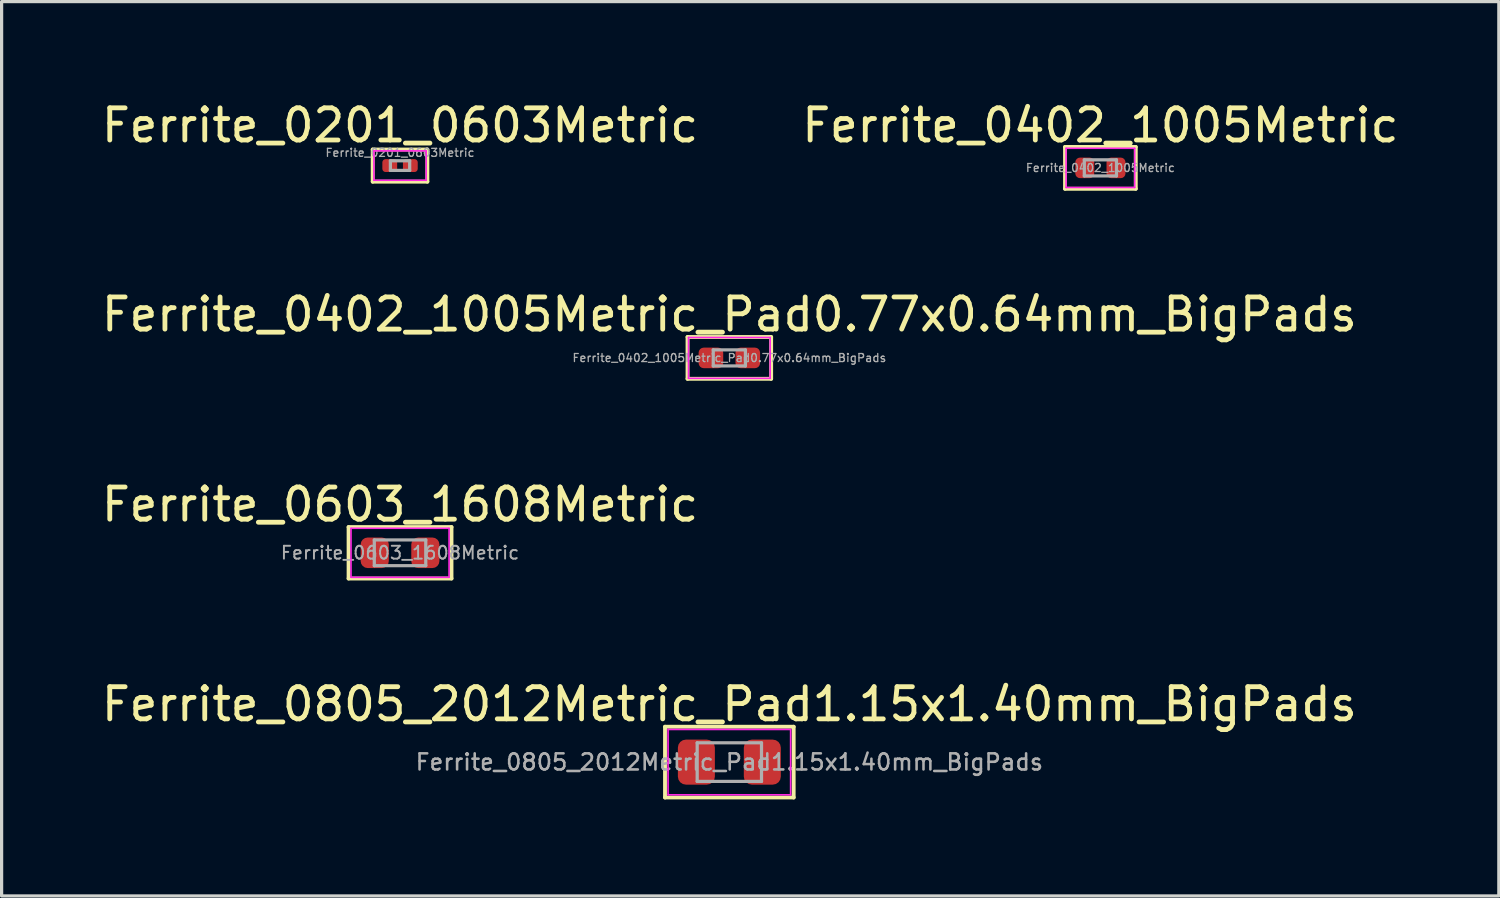
<source format=kicad_pcb>
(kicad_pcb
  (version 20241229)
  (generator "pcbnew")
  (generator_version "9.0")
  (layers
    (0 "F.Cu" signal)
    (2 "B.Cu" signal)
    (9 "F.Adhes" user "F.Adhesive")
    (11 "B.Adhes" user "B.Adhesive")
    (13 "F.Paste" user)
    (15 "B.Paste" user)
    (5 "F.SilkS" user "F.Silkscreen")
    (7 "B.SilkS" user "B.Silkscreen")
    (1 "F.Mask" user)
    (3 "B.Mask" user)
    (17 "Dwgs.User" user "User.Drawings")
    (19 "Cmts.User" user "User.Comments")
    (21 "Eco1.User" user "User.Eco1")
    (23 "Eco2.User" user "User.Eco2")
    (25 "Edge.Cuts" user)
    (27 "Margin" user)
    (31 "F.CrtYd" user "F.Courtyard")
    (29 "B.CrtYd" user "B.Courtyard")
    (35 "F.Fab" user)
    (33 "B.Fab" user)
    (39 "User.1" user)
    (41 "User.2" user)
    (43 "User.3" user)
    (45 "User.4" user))
  (footprint "Ferrite_0805_2012Metric_Pad1.15x1.40mm_BigPads"
    (layer "F.Cu")
    (at 19.625 20.644)
    (property "Reference" "Ferrite_0805_2012Metric_Pad1.15x1.40mm_BigPads" (at 0 -1.8 0) (layer "F.SilkS") (effects (font (size 1 1) (thickness 0.15))))
    (attr smd)
    (fp_line (start -2 -1.1) (end -2 1.1) (stroke (width 0.12) (type solid)) (layer "F.SilkS"))
    (fp_line (start -2 1.1) (end 2 1.1) (stroke (width 0.12) (type solid)) (layer "F.SilkS"))
    (fp_line (start 2 -1.1) (end -2 -1.1) (stroke (width 0.12) (type solid)) (layer "F.SilkS"))
    (fp_line (start 2 1.1) (end 2 -1.1) (stroke (width 0.12) (type solid)) (layer "F.SilkS"))
    (fp_line (start -1.905 -1.016) (end 1.905 -1.016) (stroke (width 0.05) (type solid)) (layer "F.CrtYd"))
    (fp_line (start -1.905 1.016) (end -1.905 -1.016) (stroke (width 0.05) (type solid)) (layer "F.CrtYd"))
    (fp_line (start 1.905 -1.016) (end 1.905 1.016) (stroke (width 0.05) (type solid)) (layer "F.CrtYd"))
    (fp_line (start 1.905 1.016) (end -1.905 1.016) (stroke (width 0.05) (type solid)) (layer "F.CrtYd"))
    (fp_line (start -1 -0.6) (end 1 -0.6) (stroke (width 0.1) (type solid)) (layer "F.Fab"))
    (fp_line (start -1 0.6) (end -1 -0.6) (stroke (width 0.1) (type solid)) (layer "F.Fab"))
    (fp_line (start 1 -0.6) (end 1 0.6) (stroke (width 0.1) (type solid)) (layer "F.Fab"))
    (fp_line (start 1 0.6) (end -1 0.6) (stroke (width 0.1) (type solid)) (layer "F.Fab"))
    (fp_text user "${REFERENCE}" (at 0 0 0) (layer "F.Fab") (effects (font (size 0.5 0.5) (thickness 0.08))))
    (pad "1" smd roundrect (at -1.025 0) (size 1.15 1.4) (layers "F.Cu" "F.Mask" "F.Paste") (roundrect_rratio 0.217))
    (pad "2" smd roundrect (at 1.025 0) (size 1.15 1.4) (layers "F.Cu" "F.Mask" "F.Paste") (roundrect_rratio 0.217)))
  (footprint "Ferrite_0603_1608Metric"
    (layer "F.Cu")
    (at 9.387 14.136)
    (property "Reference" "Ferrite_0603_1608Metric" (at 0 -1.5 0) (layer "F.SilkS") (effects (font (size 1 1) (thickness 0.15))))
    (attr smd)
    (fp_line (start -1.6 -0.8) (end -1.6 0.8) (stroke (width 0.12) (type solid)) (layer "F.SilkS"))
    (fp_line (start -1.6 0.8) (end 1.6 0.8) (stroke (width 0.12) (type solid)) (layer "F.SilkS"))
    (fp_line (start 1.6 -0.8) (end -1.6 -0.8) (stroke (width 0.12) (type solid)) (layer "F.SilkS"))
    (fp_line (start 1.6 0.8) (end 1.6 -0.8) (stroke (width 0.12) (type solid)) (layer "F.SilkS"))
    (fp_line (start -1.524 -0.762) (end 1.524 -0.762) (stroke (width 0.05) (type solid)) (layer "F.CrtYd"))
    (fp_line (start -1.524 0.762) (end -1.524 -0.762) (stroke (width 0.05) (type solid)) (layer "F.CrtYd"))
    (fp_line (start 1.524 -0.762) (end 1.524 0.762) (stroke (width 0.05) (type solid)) (layer "F.CrtYd"))
    (fp_line (start 1.524 0.762) (end -1.524 0.762) (stroke (width 0.05) (type solid)) (layer "F.CrtYd"))
    (fp_line (start -0.8 -0.4) (end 0.8 -0.4) (stroke (width 0.1) (type solid)) (layer "F.Fab"))
    (fp_line (start -0.8 0.4) (end -0.8 -0.4) (stroke (width 0.1) (type solid)) (layer "F.Fab"))
    (fp_line (start 0.8 -0.4) (end 0.8 0.4) (stroke (width 0.1) (type solid)) (layer "F.Fab"))
    (fp_line (start 0.8 0.4) (end -0.8 0.4) (stroke (width 0.1) (type solid)) (layer "F.Fab"))
    (fp_text user "${REFERENCE}" (at 0 0 0) (layer "F.Fab") (effects (font (size 0.4 0.4) (thickness 0.06))))
    (pad "1" smd roundrect (at -0.787 0) (size 0.875 0.95) (layers "F.Cu" "F.Mask" "F.Paste") (roundrect_rratio 0.25))
    (pad "2" smd roundrect (at 0.787 0) (size 0.875 0.95) (layers "F.Cu" "F.Mask" "F.Paste") (roundrect_rratio 0.25)))
  (footprint "Ferrite_0201_0603Metric"
    (layer "F.Cu")
    (at 9.387 2.098)
    (property "Reference" "Ferrite_0201_0603Metric" (at 0 -1.25 0) (layer "F.SilkS") (effects (font (size 1 1) (thickness 0.15))))
    (attr smd)
    (fp_line (start -0.85 -0.5) (end -0.85 0.5) (stroke (width 0.12) (type solid)) (layer "F.SilkS"))
    (fp_line (start -0.85 0.5) (end 0.85 0.5) (stroke (width 0.12) (type solid)) (layer "F.SilkS"))
    (fp_line (start 0.85 -0.5) (end -0.85 -0.5) (stroke (width 0.12) (type solid)) (layer "F.SilkS"))
    (fp_line (start 0.85 0.5) (end 0.85 -0.5) (stroke (width 0.12) (type solid)) (layer "F.SilkS"))
    (fp_line (start -0.813 -0.457) (end 0.813 -0.457) (stroke (width 0.05) (type solid)) (layer "F.CrtYd"))
    (fp_line (start -0.813 0.457) (end -0.813 -0.457) (stroke (width 0.05) (type solid)) (layer "F.CrtYd"))
    (fp_line (start 0.813 -0.457) (end 0.813 0.457) (stroke (width 0.05) (type solid)) (layer "F.CrtYd"))
    (fp_line (start 0.813 0.457) (end -0.813 0.457) (stroke (width 0.05) (type solid)) (layer "F.CrtYd"))
    (fp_line (start -0.3 -0.15) (end 0.3 -0.15) (stroke (width 0.1) (type solid)) (layer "F.Fab"))
    (fp_line (start -0.3 0.15) (end -0.3 -0.15) (stroke (width 0.1) (type solid)) (layer "F.Fab"))
    (fp_line (start 0.3 -0.15) (end 0.3 0.15) (stroke (width 0.1) (type solid)) (layer "F.Fab"))
    (fp_line (start 0.3 0.15) (end -0.3 0.15) (stroke (width 0.1) (type solid)) (layer "F.Fab"))
    (fp_text user "${REFERENCE}" (at 0 -0.4 0) (layer "F.Fab") (effects (font (size 0.25 0.25) (thickness 0.04))))
    (pad "" smd roundrect (at -0.345 0) (size 0.318 0.36) (layers "F.Paste") (roundrect_rratio 0.25))
    (pad "" smd roundrect (at 0.345 0) (size 0.318 0.36) (layers "F.Paste") (roundrect_rratio 0.25))
    (pad "1" smd roundrect (at -0.32 0) (size 0.46 0.4) (layers "F.Cu" "F.Mask") (roundrect_rratio 0.25))
    (pad "2" smd roundrect (at 0.32 0) (size 0.46 0.4) (layers "F.Cu" "F.Mask") (roundrect_rratio 0.25)))
  (footprint "Ferrite_0402_1005Metric"
    (layer "F.Cu")
    (at 31.161 2.169)
    (property "Reference" "Ferrite_0402_1005Metric" (at 0 -1.321 0) (layer "F.SilkS") (effects (font (size 1 1) (thickness 0.15))))
    (attr smd)
    (fp_line (start -1.1 -0.65) (end 1.1 -0.65) (stroke (width 0.12) (type solid)) (layer "F.SilkS"))
    (fp_line (start -1.1 0.65) (end -1.1 -0.65) (stroke (width 0.12) (type solid)) (layer "F.SilkS"))
    (fp_line (start 1.1 -0.65) (end 1.1 0.65) (stroke (width 0.12) (type solid)) (layer "F.SilkS"))
    (fp_line (start 1.1 0.65) (end -1.1 0.65) (stroke (width 0.12) (type solid)) (layer "F.SilkS"))
    (fp_line (start -1.067 -0.61) (end 1.067 -0.61) (stroke (width 0.05) (type solid)) (layer "F.CrtYd"))
    (fp_line (start -1.067 0.61) (end -1.067 -0.61) (stroke (width 0.05) (type solid)) (layer "F.CrtYd"))
    (fp_line (start 1.067 -0.61) (end 1.067 0.61) (stroke (width 0.05) (type solid)) (layer "F.CrtYd"))
    (fp_line (start 1.067 0.61) (end -1.067 0.61) (stroke (width 0.05) (type solid)) (layer "F.CrtYd"))
    (fp_line (start -0.5 -0.25) (end 0.5 -0.25) (stroke (width 0.1) (type solid)) (layer "F.Fab"))
    (fp_line (start -0.5 0.25) (end -0.5 -0.25) (stroke (width 0.1) (type solid)) (layer "F.Fab"))
    (fp_line (start 0.5 -0.25) (end 0.5 0.25) (stroke (width 0.1) (type solid)) (layer "F.Fab"))
    (fp_line (start 0.5 0.25) (end -0.5 0.25) (stroke (width 0.1) (type solid)) (layer "F.Fab"))
    (fp_text user "${REFERENCE}" (at 0 0 0) (layer "F.Fab") (effects (font (size 0.25 0.25) (thickness 0.04))))
    (pad "1" smd roundrect (at -0.485 0) (size 0.59 0.64) (layers "F.Cu" "F.Mask" "F.Paste") (roundrect_rratio 0.25))
    (pad "2" smd roundrect (at 0.485 0) (size 0.59 0.64) (layers "F.Cu" "F.Mask" "F.Paste") (roundrect_rratio 0.25)))
  (footprint "Ferrite_0402_1005Metric_Pad0.77x0.64mm_BigPads"
    (layer "F.Cu")
    (at 19.625 8.077)
    (property "Reference" "Ferrite_0402_1005Metric_Pad0.77x0.64mm_BigPads" (at 0 -1.35 0) (layer "F.SilkS") (effects (font (size 1 1) (thickness 0.15))))
    (attr smd)
    (fp_line (start -1.3 -0.65) (end -1.3 0.65) (stroke (width 0.12) (type solid)) (layer "F.SilkS"))
    (fp_line (start -1.3 0.65) (end 1.3 0.65) (stroke (width 0.12) (type solid)) (layer "F.SilkS"))
    (fp_line (start 1.3 -0.65) (end -1.3 -0.65) (stroke (width 0.12) (type solid)) (layer "F.SilkS"))
    (fp_line (start 1.3 0.65) (end 1.3 -0.65) (stroke (width 0.12) (type solid)) (layer "F.SilkS"))
    (fp_line (start -1.27 -0.635) (end 1.27 -0.635) (stroke (width 0.05) (type solid)) (layer "F.CrtYd"))
    (fp_line (start -1.27 0.635) (end -1.27 -0.635) (stroke (width 0.05) (type solid)) (layer "F.CrtYd"))
    (fp_line (start 1.27 -0.635) (end 1.27 0.635) (stroke (width 0.05) (type solid)) (layer "F.CrtYd"))
    (fp_line (start 1.27 0.635) (end -1.27 0.635) (stroke (width 0.05) (type solid)) (layer "F.CrtYd"))
    (fp_line (start -0.5 -0.25) (end 0.5 -0.25) (stroke (width 0.1) (type solid)) (layer "F.Fab"))
    (fp_line (start -0.5 0.25) (end -0.5 -0.25) (stroke (width 0.1) (type solid)) (layer "F.Fab"))
    (fp_line (start 0.5 -0.25) (end 0.5 0.25) (stroke (width 0.1) (type solid)) (layer "F.Fab"))
    (fp_line (start 0.5 0.25) (end -0.5 0.25) (stroke (width 0.1) (type solid)) (layer "F.Fab"))
    (fp_text user "${REFERENCE}" (at 0 0 0) (layer "F.Fab") (effects (font (size 0.25 0.25) (thickness 0.04))))
    (pad "1" smd roundrect (at -0.573 0) (size 0.765 0.64) (layers "F.Cu" "F.Mask" "F.Paste") (roundrect_rratio 0.25))
    (pad "2" smd roundrect (at 0.573 0) (size 0.765 0.64) (layers "F.Cu" "F.Mask" "F.Paste") (roundrect_rratio 0.25)))
  (gr_rect
    (start -3 -3)
    (end 43.548 24.804)
    (stroke (width 0.1) (type default))
    (fill no)
    (layer "Edge.Cuts")))
</source>
